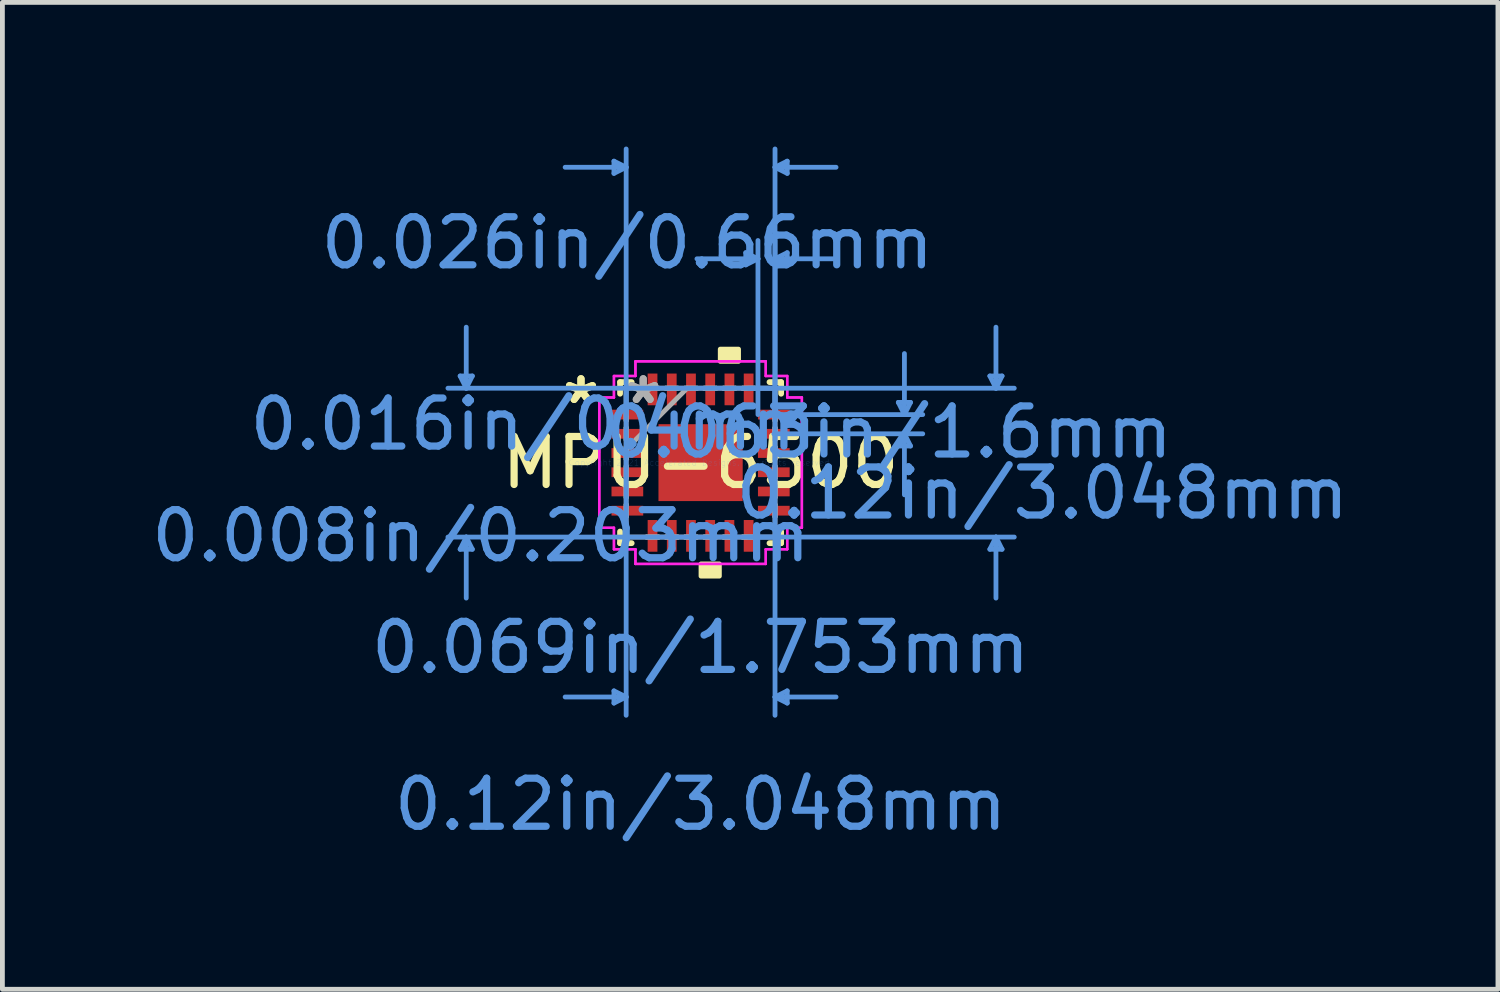
<source format=kicad_pcb>
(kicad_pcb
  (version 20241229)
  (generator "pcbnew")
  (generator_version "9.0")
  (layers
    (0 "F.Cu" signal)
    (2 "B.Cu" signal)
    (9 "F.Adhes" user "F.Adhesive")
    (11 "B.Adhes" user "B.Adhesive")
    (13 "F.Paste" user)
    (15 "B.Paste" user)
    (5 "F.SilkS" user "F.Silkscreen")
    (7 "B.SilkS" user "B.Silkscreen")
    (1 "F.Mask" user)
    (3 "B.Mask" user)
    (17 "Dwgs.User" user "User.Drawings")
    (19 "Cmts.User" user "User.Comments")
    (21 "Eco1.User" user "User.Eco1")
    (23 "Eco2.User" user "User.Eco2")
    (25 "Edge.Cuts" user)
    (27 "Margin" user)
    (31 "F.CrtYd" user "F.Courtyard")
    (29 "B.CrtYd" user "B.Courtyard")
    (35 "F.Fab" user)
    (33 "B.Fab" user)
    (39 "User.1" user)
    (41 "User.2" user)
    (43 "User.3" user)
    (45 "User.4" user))
  (footprint "MPU-6500"
    (layer "F.Cu")
    (at 11.53 6.578)
    (property "Reference" "MPU-6500" (at 0 0 0) (layer "F.SilkS") (effects (font (size 1 1) (thickness 0.15))))
    (attr through_hole)
    (fp_line (start -1.676 -1.676) (end -1.676 -1.434) (stroke (width 0.12) (type solid)) (layer "F.SilkS"))
    (fp_line (start -1.676 1.434) (end -1.676 1.676) (stroke (width 0.12) (type solid)) (layer "F.SilkS"))
    (fp_line (start -1.676 1.676) (end -1.434 1.676) (stroke (width 0.12) (type solid)) (layer "F.SilkS"))
    (fp_line (start -1.434 -1.676) (end -1.676 -1.676) (stroke (width 0.12) (type solid)) (layer "F.SilkS"))
    (fp_line (start 1.434 1.676) (end 1.676 1.676) (stroke (width 0.12) (type solid)) (layer "F.SilkS"))
    (fp_line (start 1.676 -1.676) (end 1.434 -1.676) (stroke (width 0.12) (type solid)) (layer "F.SilkS"))
    (fp_line (start 1.676 -1.434) (end 1.676 -1.676) (stroke (width 0.12) (type solid)) (layer "F.SilkS"))
    (fp_line (start 1.676 1.676) (end 1.676 1.434) (stroke (width 0.12) (type solid)) (layer "F.SilkS"))
    (fp_poly (pts (xy 0.009 2.108) (xy 0.009 2.362) (xy 0.391 2.362) (xy 0.391 2.108)) (stroke (width 0.1) (type solid)) (fill yes) (layer "F.SilkS"))
    (fp_poly (pts (xy 0.409 -2.108) (xy 0.409 -2.362) (xy 0.79 -2.362) (xy 0.79 -2.108)) (stroke (width 0.1) (type solid)) (fill yes) (layer "F.SilkS"))
    (fp_line (start -5.004 -1.803) (end -4.75 -1.803) (stroke (width 0.1) (type solid)) (layer "Cmts.User"))
    (fp_line (start -5.004 1.803) (end -4.75 1.803) (stroke (width 0.1) (type solid)) (layer "Cmts.User"))
    (fp_line (start -4.877 -1.549) (end -5.004 -1.803) (stroke (width 0.1) (type solid)) (layer "Cmts.User"))
    (fp_line (start -4.877 -1.549) (end -4.877 -2.819) (stroke (width 0.1) (type solid)) (layer "Cmts.User"))
    (fp_line (start -4.877 -1.549) (end -4.75 -1.803) (stroke (width 0.1) (type solid)) (layer "Cmts.User"))
    (fp_line (start -4.877 1.549) (end -5.004 1.803) (stroke (width 0.1) (type solid)) (layer "Cmts.User"))
    (fp_line (start -4.877 1.549) (end -4.877 2.819) (stroke (width 0.1) (type solid)) (layer "Cmts.User"))
    (fp_line (start -4.877 1.549) (end -4.75 1.803) (stroke (width 0.1) (type solid)) (layer "Cmts.User"))
    (fp_line (start -1.803 -6.274) (end -1.803 -6.02) (stroke (width 0.1) (type solid)) (layer "Cmts.User"))
    (fp_line (start -1.803 4.75) (end -1.803 5.004) (stroke (width 0.1) (type solid)) (layer "Cmts.User"))
    (fp_line (start -1.549 -6.147) (end -2.819 -6.147) (stroke (width 0.1) (type solid)) (layer "Cmts.User"))
    (fp_line (start -1.549 -6.147) (end -1.803 -6.274) (stroke (width 0.1) (type solid)) (layer "Cmts.User"))
    (fp_line (start -1.549 -6.147) (end -1.803 -6.02) (stroke (width 0.1) (type solid)) (layer "Cmts.User"))
    (fp_line (start -1.549 -1.549) (end -1.549 5.258) (stroke (width 0.1) (type solid)) (layer "Cmts.User"))
    (fp_line (start -1.549 -1) (end -1.549 -6.528) (stroke (width 0.1) (type solid)) (layer "Cmts.User"))
    (fp_line (start -1.549 4.877) (end -2.819 4.877) (stroke (width 0.1) (type solid)) (layer "Cmts.User"))
    (fp_line (start -1.549 4.877) (end -1.803 4.75) (stroke (width 0.1) (type solid)) (layer "Cmts.User"))
    (fp_line (start -1.549 4.877) (end -1.803 5.004) (stroke (width 0.1) (type solid)) (layer "Cmts.User"))
    (fp_line (start 0.94 -4.369) (end 0.94 -4.115) (stroke (width 0.1) (type solid)) (layer "Cmts.User"))
    (fp_line (start 1 -1.549) (end 6.528 -1.549) (stroke (width 0.1) (type solid)) (layer "Cmts.User"))
    (fp_line (start 1 1.549) (end 6.528 1.549) (stroke (width 0.1) (type solid)) (layer "Cmts.User"))
    (fp_line (start 1.194 -4.242) (end -0.076 -4.242) (stroke (width 0.1) (type solid)) (layer "Cmts.User"))
    (fp_line (start 1.194 -4.242) (end 0.94 -4.369) (stroke (width 0.1) (type solid)) (layer "Cmts.User"))
    (fp_line (start 1.194 -4.242) (end 0.94 -4.115) (stroke (width 0.1) (type solid)) (layer "Cmts.User"))
    (fp_line (start 1.194 -1) (end 1.194 -4.623) (stroke (width 0.1) (type solid)) (layer "Cmts.User"))
    (fp_line (start 1.524 -1) (end 4.623 -1) (stroke (width 0.1) (type solid)) (layer "Cmts.User"))
    (fp_line (start 1.524 -0.6) (end 4.623 -0.6) (stroke (width 0.1) (type solid)) (layer "Cmts.User"))
    (fp_line (start 1.549 -6.147) (end 1.803 -6.274) (stroke (width 0.1) (type solid)) (layer "Cmts.User"))
    (fp_line (start 1.549 -6.147) (end 1.803 -6.02) (stroke (width 0.1) (type solid)) (layer "Cmts.User"))
    (fp_line (start 1.549 -6.147) (end 2.819 -6.147) (stroke (width 0.1) (type solid)) (layer "Cmts.User"))
    (fp_line (start 1.549 -4.242) (end 1.803 -4.369) (stroke (width 0.1) (type solid)) (layer "Cmts.User"))
    (fp_line (start 1.549 -4.242) (end 1.803 -4.115) (stroke (width 0.1) (type solid)) (layer "Cmts.User"))
    (fp_line (start 1.549 -4.242) (end 2.819 -4.242) (stroke (width 0.1) (type solid)) (layer "Cmts.User"))
    (fp_line (start 1.549 -1.549) (end -5.258 -1.549) (stroke (width 0.1) (type solid)) (layer "Cmts.User"))
    (fp_line (start 1.549 -1.549) (end 1.549 5.258) (stroke (width 0.1) (type solid)) (layer "Cmts.User"))
    (fp_line (start 1.549 -1) (end 1.549 -6.528) (stroke (width 0.1) (type solid)) (layer "Cmts.User"))
    (fp_line (start 1.549 -1) (end 1.549 -4.623) (stroke (width 0.1) (type solid)) (layer "Cmts.User"))
    (fp_line (start 1.549 1.549) (end -5.258 1.549) (stroke (width 0.1) (type solid)) (layer "Cmts.User"))
    (fp_line (start 1.549 4.877) (end 1.803 4.75) (stroke (width 0.1) (type solid)) (layer "Cmts.User"))
    (fp_line (start 1.549 4.877) (end 1.803 5.004) (stroke (width 0.1) (type solid)) (layer "Cmts.User"))
    (fp_line (start 1.549 4.877) (end 2.819 4.877) (stroke (width 0.1) (type solid)) (layer "Cmts.User"))
    (fp_line (start 1.803 -6.274) (end 1.803 -6.02) (stroke (width 0.1) (type solid)) (layer "Cmts.User"))
    (fp_line (start 1.803 -4.369) (end 1.803 -4.115) (stroke (width 0.1) (type solid)) (layer "Cmts.User"))
    (fp_line (start 1.803 4.75) (end 1.803 5.004) (stroke (width 0.1) (type solid)) (layer "Cmts.User"))
    (fp_line (start 4.115 -1.254) (end 4.369 -1.254) (stroke (width 0.1) (type solid)) (layer "Cmts.User"))
    (fp_line (start 4.115 -0.346) (end 4.369 -0.346) (stroke (width 0.1) (type solid)) (layer "Cmts.User"))
    (fp_line (start 4.242 -1) (end 4.115 -1.254) (stroke (width 0.1) (type solid)) (layer "Cmts.User"))
    (fp_line (start 4.242 -1) (end 4.242 -2.27) (stroke (width 0.1) (type solid)) (layer "Cmts.User"))
    (fp_line (start 4.242 -1) (end 4.369 -1.254) (stroke (width 0.1) (type solid)) (layer "Cmts.User"))
    (fp_line (start 4.242 -0.6) (end 4.115 -0.346) (stroke (width 0.1) (type solid)) (layer "Cmts.User"))
    (fp_line (start 4.242 -0.6) (end 4.242 0.67) (stroke (width 0.1) (type solid)) (layer "Cmts.User"))
    (fp_line (start 4.242 -0.6) (end 4.369 -0.346) (stroke (width 0.1) (type solid)) (layer "Cmts.User"))
    (fp_line (start 6.02 -1.803) (end 6.274 -1.803) (stroke (width 0.1) (type solid)) (layer "Cmts.User"))
    (fp_line (start 6.02 1.803) (end 6.274 1.803) (stroke (width 0.1) (type solid)) (layer "Cmts.User"))
    (fp_line (start 6.147 -1.549) (end 6.02 -1.803) (stroke (width 0.1) (type solid)) (layer "Cmts.User"))
    (fp_line (start 6.147 -1.549) (end 6.147 -2.819) (stroke (width 0.1) (type solid)) (layer "Cmts.User"))
    (fp_line (start 6.147 -1.549) (end 6.274 -1.803) (stroke (width 0.1) (type solid)) (layer "Cmts.User"))
    (fp_line (start 6.147 1.549) (end 6.02 1.803) (stroke (width 0.1) (type solid)) (layer "Cmts.User"))
    (fp_line (start 6.147 1.549) (end 6.147 2.819) (stroke (width 0.1) (type solid)) (layer "Cmts.User"))
    (fp_line (start 6.147 1.549) (end 6.274 1.803) (stroke (width 0.1) (type solid)) (layer "Cmts.User"))
    (fp_line (start -2.108 -1.356) (end -1.803 -1.356) (stroke (width 0.05) (type solid)) (layer "F.CrtYd"))
    (fp_line (start -2.108 -1.356) (end -1.803 -1.356) (stroke (width 0.05) (type solid)) (layer "F.CrtYd"))
    (fp_line (start -2.108 1.356) (end -2.108 -1.356) (stroke (width 0.05) (type solid)) (layer "F.CrtYd"))
    (fp_line (start -2.108 1.356) (end -2.108 -1.356) (stroke (width 0.05) (type solid)) (layer "F.CrtYd"))
    (fp_line (start -1.803 -1.803) (end -1.356 -1.803) (stroke (width 0.05) (type solid)) (layer "F.CrtYd"))
    (fp_line (start -1.803 -1.803) (end -1.356 -1.803) (stroke (width 0.05) (type solid)) (layer "F.CrtYd"))
    (fp_line (start -1.803 -1.356) (end -1.803 -1.803) (stroke (width 0.05) (type solid)) (layer "F.CrtYd"))
    (fp_line (start -1.803 -1.356) (end -1.803 -1.803) (stroke (width 0.05) (type solid)) (layer "F.CrtYd"))
    (fp_line (start -1.803 1.356) (end -2.108 1.356) (stroke (width 0.05) (type solid)) (layer "F.CrtYd"))
    (fp_line (start -1.803 1.356) (end -2.108 1.356) (stroke (width 0.05) (type solid)) (layer "F.CrtYd"))
    (fp_line (start -1.803 1.803) (end -1.803 1.356) (stroke (width 0.05) (type solid)) (layer "F.CrtYd"))
    (fp_line (start -1.803 1.803) (end -1.803 1.356) (stroke (width 0.05) (type solid)) (layer "F.CrtYd"))
    (fp_line (start -1.356 -2.108) (end 1.356 -2.108) (stroke (width 0.05) (type solid)) (layer "F.CrtYd"))
    (fp_line (start -1.356 -2.108) (end 1.356 -2.108) (stroke (width 0.05) (type solid)) (layer "F.CrtYd"))
    (fp_line (start -1.356 -1.803) (end -1.356 -2.108) (stroke (width 0.05) (type solid)) (layer "F.CrtYd"))
    (fp_line (start -1.356 -1.803) (end -1.356 -2.108) (stroke (width 0.05) (type solid)) (layer "F.CrtYd"))
    (fp_line (start -1.356 1.803) (end -1.803 1.803) (stroke (width 0.05) (type solid)) (layer "F.CrtYd"))
    (fp_line (start -1.356 1.803) (end -1.803 1.803) (stroke (width 0.05) (type solid)) (layer "F.CrtYd"))
    (fp_line (start -1.356 2.108) (end -1.356 1.803) (stroke (width 0.05) (type solid)) (layer "F.CrtYd"))
    (fp_line (start -1.356 2.108) (end -1.356 1.803) (stroke (width 0.05) (type solid)) (layer "F.CrtYd"))
    (fp_line (start 1.356 -2.108) (end 1.356 -1.803) (stroke (width 0.05) (type solid)) (layer "F.CrtYd"))
    (fp_line (start 1.356 -2.108) (end 1.356 -1.803) (stroke (width 0.05) (type solid)) (layer "F.CrtYd"))
    (fp_line (start 1.356 -1.803) (end 1.803 -1.803) (stroke (width 0.05) (type solid)) (layer "F.CrtYd"))
    (fp_line (start 1.356 -1.803) (end 1.803 -1.803) (stroke (width 0.05) (type solid)) (layer "F.CrtYd"))
    (fp_line (start 1.356 1.803) (end 1.356 2.108) (stroke (width 0.05) (type solid)) (layer "F.CrtYd"))
    (fp_line (start 1.356 1.803) (end 1.356 2.108) (stroke (width 0.05) (type solid)) (layer "F.CrtYd"))
    (fp_line (start 1.356 2.108) (end -1.356 2.108) (stroke (width 0.05) (type solid)) (layer "F.CrtYd"))
    (fp_line (start 1.356 2.108) (end -1.356 2.108) (stroke (width 0.05) (type solid)) (layer "F.CrtYd"))
    (fp_line (start 1.803 -1.803) (end 1.803 -1.356) (stroke (width 0.05) (type solid)) (layer "F.CrtYd"))
    (fp_line (start 1.803 -1.803) (end 1.803 -1.356) (stroke (width 0.05) (type solid)) (layer "F.CrtYd"))
    (fp_line (start 1.803 -1.356) (end 2.108 -1.356) (stroke (width 0.05) (type solid)) (layer "F.CrtYd"))
    (fp_line (start 1.803 -1.356) (end 2.108 -1.356) (stroke (width 0.05) (type solid)) (layer "F.CrtYd"))
    (fp_line (start 1.803 1.356) (end 1.803 1.803) (stroke (width 0.05) (type solid)) (layer "F.CrtYd"))
    (fp_line (start 1.803 1.356) (end 1.803 1.803) (stroke (width 0.05) (type solid)) (layer "F.CrtYd"))
    (fp_line (start 1.803 1.803) (end 1.356 1.803) (stroke (width 0.05) (type solid)) (layer "F.CrtYd"))
    (fp_line (start 1.803 1.803) (end 1.356 1.803) (stroke (width 0.05) (type solid)) (layer "F.CrtYd"))
    (fp_line (start 2.108 -1.356) (end 2.108 1.356) (stroke (width 0.05) (type solid)) (layer "F.CrtYd"))
    (fp_line (start 2.108 -1.356) (end 2.108 1.356) (stroke (width 0.05) (type solid)) (layer "F.CrtYd"))
    (fp_line (start 2.108 1.356) (end 1.803 1.356) (stroke (width 0.05) (type solid)) (layer "F.CrtYd"))
    (fp_line (start 2.108 1.356) (end 1.803 1.356) (stroke (width 0.05) (type solid)) (layer "F.CrtYd"))
    (fp_line (start -1.549 -1.549) (end -1.549 -1.549) (stroke (width 0.1) (type solid)) (layer "F.Fab"))
    (fp_line (start -1.549 -1.549) (end -1.549 1.549) (stroke (width 0.1) (type solid)) (layer "F.Fab"))
    (fp_line (start -1.549 -1.127) (end -1.549 -1.127) (stroke (width 0.1) (type solid)) (layer "F.Fab"))
    (fp_line (start -1.549 -1.127) (end -1.549 -0.873) (stroke (width 0.1) (type solid)) (layer "F.Fab"))
    (fp_line (start -1.549 -0.873) (end -1.549 -1.127) (stroke (width 0.1) (type solid)) (layer "F.Fab"))
    (fp_line (start -1.549 -0.873) (end -1.549 -0.873) (stroke (width 0.1) (type solid)) (layer "F.Fab"))
    (fp_line (start -1.549 -0.727) (end -1.549 -0.727) (stroke (width 0.1) (type solid)) (layer "F.Fab"))
    (fp_line (start -1.549 -0.727) (end -1.549 -0.473) (stroke (width 0.1) (type solid)) (layer "F.Fab"))
    (fp_line (start -1.549 -0.473) (end -1.549 -0.727) (stroke (width 0.1) (type solid)) (layer "F.Fab"))
    (fp_line (start -1.549 -0.473) (end -1.549 -0.473) (stroke (width 0.1) (type solid)) (layer "F.Fab"))
    (fp_line (start -1.549 -0.327) (end -1.549 -0.327) (stroke (width 0.1) (type solid)) (layer "F.Fab"))
    (fp_line (start -1.549 -0.327) (end -1.549 -0.073) (stroke (width 0.1) (type solid)) (layer "F.Fab"))
    (fp_line (start -1.549 -0.279) (end -0.279 -1.549) (stroke (width 0.1) (type solid)) (layer "F.Fab"))
    (fp_line (start -1.549 -0.073) (end -1.549 -0.327) (stroke (width 0.1) (type solid)) (layer "F.Fab"))
    (fp_line (start -1.549 -0.073) (end -1.549 -0.073) (stroke (width 0.1) (type solid)) (layer "F.Fab"))
    (fp_line (start -1.549 0.073) (end -1.549 0.073) (stroke (width 0.1) (type solid)) (layer "F.Fab"))
    (fp_line (start -1.549 0.073) (end -1.549 0.327) (stroke (width 0.1) (type solid)) (layer "F.Fab"))
    (fp_line (start -1.549 0.327) (end -1.549 0.073) (stroke (width 0.1) (type solid)) (layer "F.Fab"))
    (fp_line (start -1.549 0.327) (end -1.549 0.327) (stroke (width 0.1) (type solid)) (layer "F.Fab"))
    (fp_line (start -1.549 0.473) (end -1.549 0.473) (stroke (width 0.1) (type solid)) (layer "F.Fab"))
    (fp_line (start -1.549 0.473) (end -1.549 0.727) (stroke (width 0.1) (type solid)) (layer "F.Fab"))
    (fp_line (start -1.549 0.727) (end -1.549 0.473) (stroke (width 0.1) (type solid)) (layer "F.Fab"))
    (fp_line (start -1.549 0.727) (end -1.549 0.727) (stroke (width 0.1) (type solid)) (layer "F.Fab"))
    (fp_line (start -1.549 0.873) (end -1.549 0.873) (stroke (width 0.1) (type solid)) (layer "F.Fab"))
    (fp_line (start -1.549 0.873) (end -1.549 1.127) (stroke (width 0.1) (type solid)) (layer "F.Fab"))
    (fp_line (start -1.549 1.127) (end -1.549 0.873) (stroke (width 0.1) (type solid)) (layer "F.Fab"))
    (fp_line (start -1.549 1.127) (end -1.549 1.127) (stroke (width 0.1) (type solid)) (layer "F.Fab"))
    (fp_line (start -1.549 1.549) (end -1.549 1.549) (stroke (width 0.1) (type solid)) (layer "F.Fab"))
    (fp_line (start -1.549 1.549) (end 1.549 1.549) (stroke (width 0.1) (type solid)) (layer "F.Fab"))
    (fp_line (start -1.127 -1.549) (end -1.127 -1.549) (stroke (width 0.1) (type solid)) (layer "F.Fab"))
    (fp_line (start -1.127 -1.549) (end -0.873 -1.549) (stroke (width 0.1) (type solid)) (layer "F.Fab"))
    (fp_line (start -1.127 1.549) (end -1.127 1.549) (stroke (width 0.1) (type solid)) (layer "F.Fab"))
    (fp_line (start -1.127 1.549) (end -0.873 1.549) (stroke (width 0.1) (type solid)) (layer "F.Fab"))
    (fp_line (start -0.873 -1.549) (end -1.127 -1.549) (stroke (width 0.1) (type solid)) (layer "F.Fab"))
    (fp_line (start -0.873 -1.549) (end -0.873 -1.549) (stroke (width 0.1) (type solid)) (layer "F.Fab"))
    (fp_line (start -0.873 1.549) (end -1.127 1.549) (stroke (width 0.1) (type solid)) (layer "F.Fab"))
    (fp_line (start -0.873 1.549) (end -0.873 1.549) (stroke (width 0.1) (type solid)) (layer "F.Fab"))
    (fp_line (start -0.727 -1.549) (end -0.727 -1.549) (stroke (width 0.1) (type solid)) (layer "F.Fab"))
    (fp_line (start -0.727 -1.549) (end -0.473 -1.549) (stroke (width 0.1) (type solid)) (layer "F.Fab"))
    (fp_line (start -0.727 1.549) (end -0.727 1.549) (stroke (width 0.1) (type solid)) (layer "F.Fab"))
    (fp_line (start -0.727 1.549) (end -0.473 1.549) (stroke (width 0.1) (type solid)) (layer "F.Fab"))
    (fp_line (start -0.473 -1.549) (end -0.727 -1.549) (stroke (width 0.1) (type solid)) (layer "F.Fab"))
    (fp_line (start -0.473 -1.549) (end -0.473 -1.549) (stroke (width 0.1) (type solid)) (layer "F.Fab"))
    (fp_line (start -0.473 1.549) (end -0.727 1.549) (stroke (width 0.1) (type solid)) (layer "F.Fab"))
    (fp_line (start -0.473 1.549) (end -0.473 1.549) (stroke (width 0.1) (type solid)) (layer "F.Fab"))
    (fp_line (start -0.327 -1.549) (end -0.327 -1.549) (stroke (width 0.1) (type solid)) (layer "F.Fab"))
    (fp_line (start -0.327 -1.549) (end -0.073 -1.549) (stroke (width 0.1) (type solid)) (layer "F.Fab"))
    (fp_line (start -0.327 1.549) (end -0.327 1.549) (stroke (width 0.1) (type solid)) (layer "F.Fab"))
    (fp_line (start -0.327 1.549) (end -0.073 1.549) (stroke (width 0.1) (type solid)) (layer "F.Fab"))
    (fp_line (start -0.073 -1.549) (end -0.327 -1.549) (stroke (width 0.1) (type solid)) (layer "F.Fab"))
    (fp_line (start -0.073 -1.549) (end -0.073 -1.549) (stroke (width 0.1) (type solid)) (layer "F.Fab"))
    (fp_line (start -0.073 1.549) (end -0.327 1.549) (stroke (width 0.1) (type solid)) (layer "F.Fab"))
    (fp_line (start -0.073 1.549) (end -0.073 1.549) (stroke (width 0.1) (type solid)) (layer "F.Fab"))
    (fp_line (start 0.073 -1.549) (end 0.073 -1.549) (stroke (width 0.1) (type solid)) (layer "F.Fab"))
    (fp_line (start 0.073 -1.549) (end 0.327 -1.549) (stroke (width 0.1) (type solid)) (layer "F.Fab"))
    (fp_line (start 0.073 1.549) (end 0.073 1.549) (stroke (width 0.1) (type solid)) (layer "F.Fab"))
    (fp_line (start 0.073 1.549) (end 0.327 1.549) (stroke (width 0.1) (type solid)) (layer "F.Fab"))
    (fp_line (start 0.327 -1.549) (end 0.073 -1.549) (stroke (width 0.1) (type solid)) (layer "F.Fab"))
    (fp_line (start 0.327 -1.549) (end 0.327 -1.549) (stroke (width 0.1) (type solid)) (layer "F.Fab"))
    (fp_line (start 0.327 1.549) (end 0.073 1.549) (stroke (width 0.1) (type solid)) (layer "F.Fab"))
    (fp_line (start 0.327 1.549) (end 0.327 1.549) (stroke (width 0.1) (type solid)) (layer "F.Fab"))
    (fp_line (start 0.473 -1.549) (end 0.473 -1.549) (stroke (width 0.1) (type solid)) (layer "F.Fab"))
    (fp_line (start 0.473 -1.549) (end 0.727 -1.549) (stroke (width 0.1) (type solid)) (layer "F.Fab"))
    (fp_line (start 0.473 1.549) (end 0.473 1.549) (stroke (width 0.1) (type solid)) (layer "F.Fab"))
    (fp_line (start 0.473 1.549) (end 0.727 1.549) (stroke (width 0.1) (type solid)) (layer "F.Fab"))
    (fp_line (start 0.727 -1.549) (end 0.473 -1.549) (stroke (width 0.1) (type solid)) (layer "F.Fab"))
    (fp_line (start 0.727 -1.549) (end 0.727 -1.549) (stroke (width 0.1) (type solid)) (layer "F.Fab"))
    (fp_line (start 0.727 1.549) (end 0.473 1.549) (stroke (width 0.1) (type solid)) (layer "F.Fab"))
    (fp_line (start 0.727 1.549) (end 0.727 1.549) (stroke (width 0.1) (type solid)) (layer "F.Fab"))
    (fp_line (start 0.873 -1.549) (end 0.873 -1.549) (stroke (width 0.1) (type solid)) (layer "F.Fab"))
    (fp_line (start 0.873 -1.549) (end 1.127 -1.549) (stroke (width 0.1) (type solid)) (layer "F.Fab"))
    (fp_line (start 0.873 1.549) (end 0.873 1.549) (stroke (width 0.1) (type solid)) (layer "F.Fab"))
    (fp_line (start 0.873 1.549) (end 1.127 1.549) (stroke (width 0.1) (type solid)) (layer "F.Fab"))
    (fp_line (start 1.127 -1.549) (end 0.873 -1.549) (stroke (width 0.1) (type solid)) (layer "F.Fab"))
    (fp_line (start 1.127 -1.549) (end 1.127 -1.549) (stroke (width 0.1) (type solid)) (layer "F.Fab"))
    (fp_line (start 1.127 1.549) (end 0.873 1.549) (stroke (width 0.1) (type solid)) (layer "F.Fab"))
    (fp_line (start 1.127 1.549) (end 1.127 1.549) (stroke (width 0.1) (type solid)) (layer "F.Fab"))
    (fp_line (start 1.549 -1.549) (end -1.549 -1.549) (stroke (width 0.1) (type solid)) (layer "F.Fab"))
    (fp_line (start 1.549 -1.549) (end 1.549 -1.549) (stroke (width 0.1) (type solid)) (layer "F.Fab"))
    (fp_line (start 1.549 -1.127) (end 1.549 -1.127) (stroke (width 0.1) (type solid)) (layer "F.Fab"))
    (fp_line (start 1.549 -1.127) (end 1.549 -0.873) (stroke (width 0.1) (type solid)) (layer "F.Fab"))
    (fp_line (start 1.549 -0.873) (end 1.549 -1.127) (stroke (width 0.1) (type solid)) (layer "F.Fab"))
    (fp_line (start 1.549 -0.873) (end 1.549 -0.873) (stroke (width 0.1) (type solid)) (layer "F.Fab"))
    (fp_line (start 1.549 -0.727) (end 1.549 -0.727) (stroke (width 0.1) (type solid)) (layer "F.Fab"))
    (fp_line (start 1.549 -0.727) (end 1.549 -0.473) (stroke (width 0.1) (type solid)) (layer "F.Fab"))
    (fp_line (start 1.549 -0.473) (end 1.549 -0.727) (stroke (width 0.1) (type solid)) (layer "F.Fab"))
    (fp_line (start 1.549 -0.473) (end 1.549 -0.473) (stroke (width 0.1) (type solid)) (layer "F.Fab"))
    (fp_line (start 1.549 -0.327) (end 1.549 -0.327) (stroke (width 0.1) (type solid)) (layer "F.Fab"))
    (fp_line (start 1.549 -0.327) (end 1.549 -0.073) (stroke (width 0.1) (type solid)) (layer "F.Fab"))
    (fp_line (start 1.549 -0.073) (end 1.549 -0.327) (stroke (width 0.1) (type solid)) (layer "F.Fab"))
    (fp_line (start 1.549 -0.073) (end 1.549 -0.073) (stroke (width 0.1) (type solid)) (layer "F.Fab"))
    (fp_line (start 1.549 0.073) (end 1.549 0.073) (stroke (width 0.1) (type solid)) (layer "F.Fab"))
    (fp_line (start 1.549 0.073) (end 1.549 0.327) (stroke (width 0.1) (type solid)) (layer "F.Fab"))
    (fp_line (start 1.549 0.327) (end 1.549 0.073) (stroke (width 0.1) (type solid)) (layer "F.Fab"))
    (fp_line (start 1.549 0.327) (end 1.549 0.327) (stroke (width 0.1) (type solid)) (layer "F.Fab"))
    (fp_line (start 1.549 0.473) (end 1.549 0.473) (stroke (width 0.1) (type solid)) (layer "F.Fab"))
    (fp_line (start 1.549 0.473) (end 1.549 0.727) (stroke (width 0.1) (type solid)) (layer "F.Fab"))
    (fp_line (start 1.549 0.727) (end 1.549 0.473) (stroke (width 0.1) (type solid)) (layer "F.Fab"))
    (fp_line (start 1.549 0.727) (end 1.549 0.727) (stroke (width 0.1) (type solid)) (layer "F.Fab"))
    (fp_line (start 1.549 0.873) (end 1.549 0.873) (stroke (width 0.1) (type solid)) (layer "F.Fab"))
    (fp_line (start 1.549 0.873) (end 1.549 1.127) (stroke (width 0.1) (type solid)) (layer "F.Fab"))
    (fp_line (start 1.549 1.127) (end 1.549 0.873) (stroke (width 0.1) (type solid)) (layer "F.Fab"))
    (fp_line (start 1.549 1.127) (end 1.549 1.127) (stroke (width 0.1) (type solid)) (layer "F.Fab"))
    (fp_line (start 1.549 1.549) (end 1.549 -1.549) (stroke (width 0.1) (type solid)) (layer "F.Fab"))
    (fp_line (start 1.549 1.549) (end 1.549 1.549) (stroke (width 0.1) (type solid)) (layer "F.Fab"))
    (fp_text user "*" (at -2.489 -1.2 0) (layer "F.SilkS") (effects (font (size 1 1) (thickness 0.15))))
    (fp_text user "*" (at -2.489 -1.2 0) (layer "F.SilkS") (effects (font (size 1 1) (thickness 0.15))))
    (fp_text user "0.008in/0.203mm" (at -4.572 1.524 0) (layer "Cmts.User") (effects (font (size 1 1) (thickness 0.15))))
    (fp_text user "0.12in/3.048mm" (at 7.112 0.635 0) (layer "Cmts.User") (effects (font (size 1 1) (thickness 0.15))))
    (fp_text user "0.016in/0.4mm" (at -3.48 -0.8 0) (layer "Cmts.User") (effects (font (size 1 1) (thickness 0.15))))
    (fp_text user "Copyright 2021 Accelerated Designs. All rights reserved." (at 0 0 0) (layer "Cmts.User") (effects (font (size 0.127 0.127) (thickness 0.002))))
    (fp_text user "0.026in/0.66mm" (at -1.524 -4.572 0) (layer "Cmts.User") (effects (font (size 1 1) (thickness 0.15))))
    (fp_text user "0.069in/1.753mm" (at 0 3.848 0) (layer "Cmts.User") (effects (font (size 1 1) (thickness 0.15))))
    (fp_text user "0.063in/1.6mm" (at 3.924 -0.635 0) (layer "Cmts.User") (effects (font (size 1 1) (thickness 0.15))))
    (fp_text user "0.12in/3.048mm" (at 0 7.112 0) (layer "Cmts.User") (effects (font (size 1 1) (thickness 0.15))))
    (fp_text user "*" (at -1.194 -1.2 0) (layer "F.Fab") (effects (font (size 1 1) (thickness 0.15))))
    (fp_text user "*" (at -1.194 -1.2 0) (layer "F.Fab") (effects (font (size 1 1) (thickness 0.15))))
    (pad "1" smd rect (at -1.524 -1 90) (size 0.203 0.66) (layers "F.Cu" "F.Mask" "F.Paste"))
    (pad "2" smd rect (at -1.524 -0.6 90) (size 0.203 0.66) (layers "F.Cu" "F.Mask" "F.Paste"))
    (pad "3" smd rect (at -1.524 -0.2 90) (size 0.203 0.66) (layers "F.Cu" "F.Mask" "F.Paste"))
    (pad "4" smd rect (at -1.524 0.2 90) (size 0.203 0.66) (layers "F.Cu" "F.Mask" "F.Paste"))
    (pad "5" smd rect (at -1.524 0.6 90) (size 0.203 0.66) (layers "F.Cu" "F.Mask" "F.Paste"))
    (pad "6" smd rect (at -1.524 1 90) (size 0.203 0.66) (layers "F.Cu" "F.Mask" "F.Paste"))
    (pad "7" smd rect (at -1 1.524) (size 0.203 0.66) (layers "F.Cu" "F.Mask" "F.Paste"))
    (pad "8" smd rect (at -0.6 1.524) (size 0.203 0.66) (layers "F.Cu" "F.Mask" "F.Paste"))
    (pad "9" smd rect (at -0.2 1.524) (size 0.203 0.66) (layers "F.Cu" "F.Mask" "F.Paste"))
    (pad "10" smd rect (at 0.2 1.524) (size 0.203 0.66) (layers "F.Cu" "F.Mask" "F.Paste"))
    (pad "11" smd rect (at 0.6 1.524) (size 0.203 0.66) (layers "F.Cu" "F.Mask" "F.Paste"))
    (pad "12" smd rect (at 1 1.524) (size 0.203 0.66) (layers "F.Cu" "F.Mask" "F.Paste"))
    (pad "13" smd rect (at 1.524 1 90) (size 0.203 0.66) (layers "F.Cu" "F.Mask" "F.Paste"))
    (pad "14" smd rect (at 1.524 0.6 90) (size 0.203 0.66) (layers "F.Cu" "F.Mask" "F.Paste"))
    (pad "15" smd rect (at 1.524 0.2 90) (size 0.203 0.66) (layers "F.Cu" "F.Mask" "F.Paste"))
    (pad "16" smd rect (at 1.524 -0.2 90) (size 0.203 0.66) (layers "F.Cu" "F.Mask" "F.Paste"))
    (pad "17" smd rect (at 1.524 -0.6 90) (size 0.203 0.66) (layers "F.Cu" "F.Mask" "F.Paste"))
    (pad "18" smd rect (at 1.524 -1 90) (size 0.203 0.66) (layers "F.Cu" "F.Mask" "F.Paste"))
    (pad "19" smd rect (at 1 -1.524) (size 0.203 0.66) (layers "F.Cu" "F.Mask" "F.Paste"))
    (pad "20" smd rect (at 0.6 -1.524) (size 0.203 0.66) (layers "F.Cu" "F.Mask" "F.Paste"))
    (pad "21" smd rect (at 0.2 -1.524) (size 0.203 0.66) (layers "F.Cu" "F.Mask" "F.Paste"))
    (pad "22" smd rect (at -0.2 -1.524) (size 0.203 0.66) (layers "F.Cu" "F.Mask" "F.Paste"))
    (pad "23" smd rect (at -0.6 -1.524) (size 0.203 0.66) (layers "F.Cu" "F.Mask" "F.Paste"))
    (pad "24" smd rect (at -1 -1.524) (size 0.203 0.66) (layers "F.Cu" "F.Mask" "F.Paste"))
    (pad "25" smd rect (at 0 0) (size 1.753 1.6) (layers "F.Cu" "F.Mask" "F.Paste")))
  (gr_rect
    (start -3 -3)
    (end 28.124 17.538)
    (stroke (width 0.1) (type default))
    (fill no)
    (layer "Edge.Cuts")))
</source>
